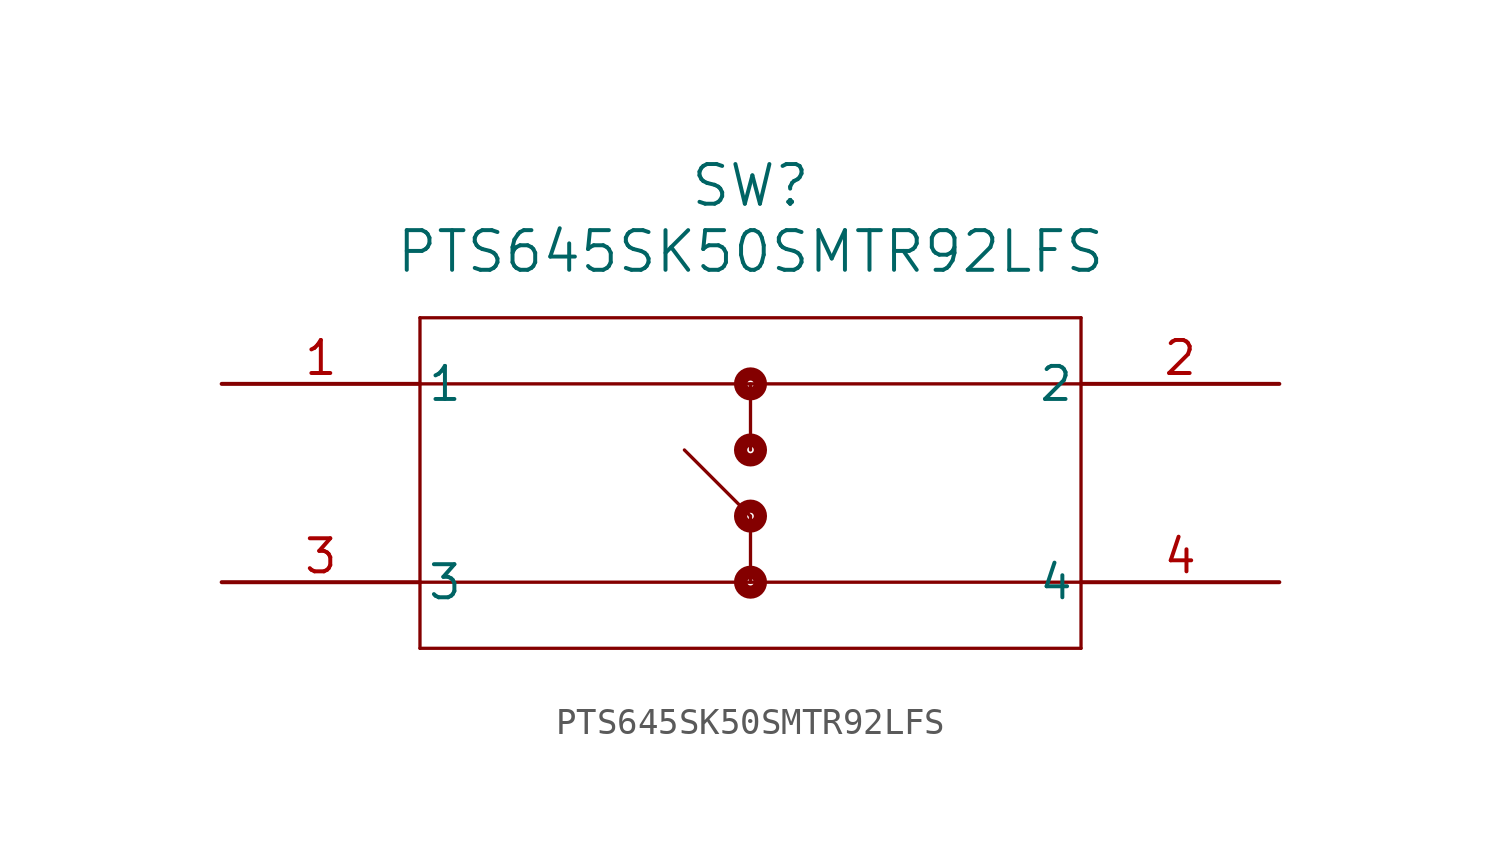
<source format=kicad_sym>
(kicad_symbol_lib
  (version 20211014)
  (generator kicad_symbol_editor)
  (symbol "PTS645SK50SMTR92LFS"
    (pin_names
      (offset 0.254))
    (property "Reference" "SW"
      (at 20.32 7.62 0)
      (effects (font (size 1.524 1.524))))
    (property "Value" "PTS645SK50SMTR92LFS"
      (at 20.32 5.08 0)
      (effects (font (size 1.524 1.524))))
    (polyline
      (pts (xy 7.62 2.54) (xy 7.62 -10.16))
      (stroke (width 0.127) (type default) (color 0 0 0 0))
      (fill (type none)))
    (polyline
      (pts (xy 7.62 -10.16) (xy 33.02 -10.16))
      (stroke (width 0.127) (type default) (color 0 0 0 0))
      (fill (type none)))
    (polyline
      (pts (xy 33.02 -10.16) (xy 33.02 2.54))
      (stroke (width 0.127) (type default) (color 0 0 0 0))
      (fill (type none)))
    (polyline
      (pts (xy 33.02 2.54) (xy 7.62 2.54))
      (stroke (width 0.127) (type default) (color 0 0 0 0))
      (fill (type none)))
    (polyline
      (pts (xy 7.62 0) (xy 33.02 0))
      (stroke (width 0.127) (type default) (color 0 0 0 0))
      (fill (type none)))
    (polyline
      (pts (xy 7.62 -7.62) (xy 33.02 -7.62))
      (stroke (width 0.127) (type default) (color 0 0 0 0))
      (fill (type none)))
    (circle
      (center 20.32 0)
      (radius 0.127)
      (stroke (width 0.508) (type default) (color 0 0 0 0))
      (fill (type none)))
    (polyline
      (pts (xy 20.32 0) (xy 20.32 -2.54))
      (stroke (width 0.127) (type default) (color 0 0 0 0))
      (fill (type none)))
    (circle
      (center 20.32 -2.54)
      (radius 0.127)
      (stroke (width 0.508) (type default) (color 0 0 0 0))
      (fill (type none)))
    (circle
      (center 20.32 -5.08)
      (radius 0.127)
      (stroke (width 0.508) (type default) (color 0 0 0 0))
      (fill (type none)))
    (polyline
      (pts (xy 20.32 -5.08) (xy 20.32 -7.62))
      (stroke (width 0.127) (type default) (color 0 0 0 0))
      (fill (type none)))
    (circle
      (center 20.32 -7.62)
      (radius 0.127)
      (stroke (width 0.508) (type default) (color 0 0 0 0))
      (fill (type none)))
    (polyline
      (pts (xy 17.78 -2.54) (xy 20.32 -5.08))
      (stroke (width 0.127) (type default) (color 0 0 0 0))
      (fill (type none)))
    (pin unspecified line
      (at 0 0 0)
      (length 7.62)
      (name "1" (effects (font (size 1.27 1.27))))
      (number "1" (effects (font (size 1.27 1.27)))))
    (pin unspecified line
      (at 40.64 0 180)
      (length 7.62)
      (name "2" (effects (font (size 1.27 1.27))))
      (number "2" (effects (font (size 1.27 1.27)))))
    (pin unspecified line
      (at 0 -7.62 0)
      (length 7.62)
      (name "3" (effects (font (size 1.27 1.27))))
      (number "3" (effects (font (size 1.27 1.27)))))
    (pin unspecified line
      (at 40.64 -7.62 180)
      (length 7.62)
      (name "4" (effects (font (size 1.27 1.27))))
      (number "4" (effects (font (size 1.27 1.27)))))))
</source>
